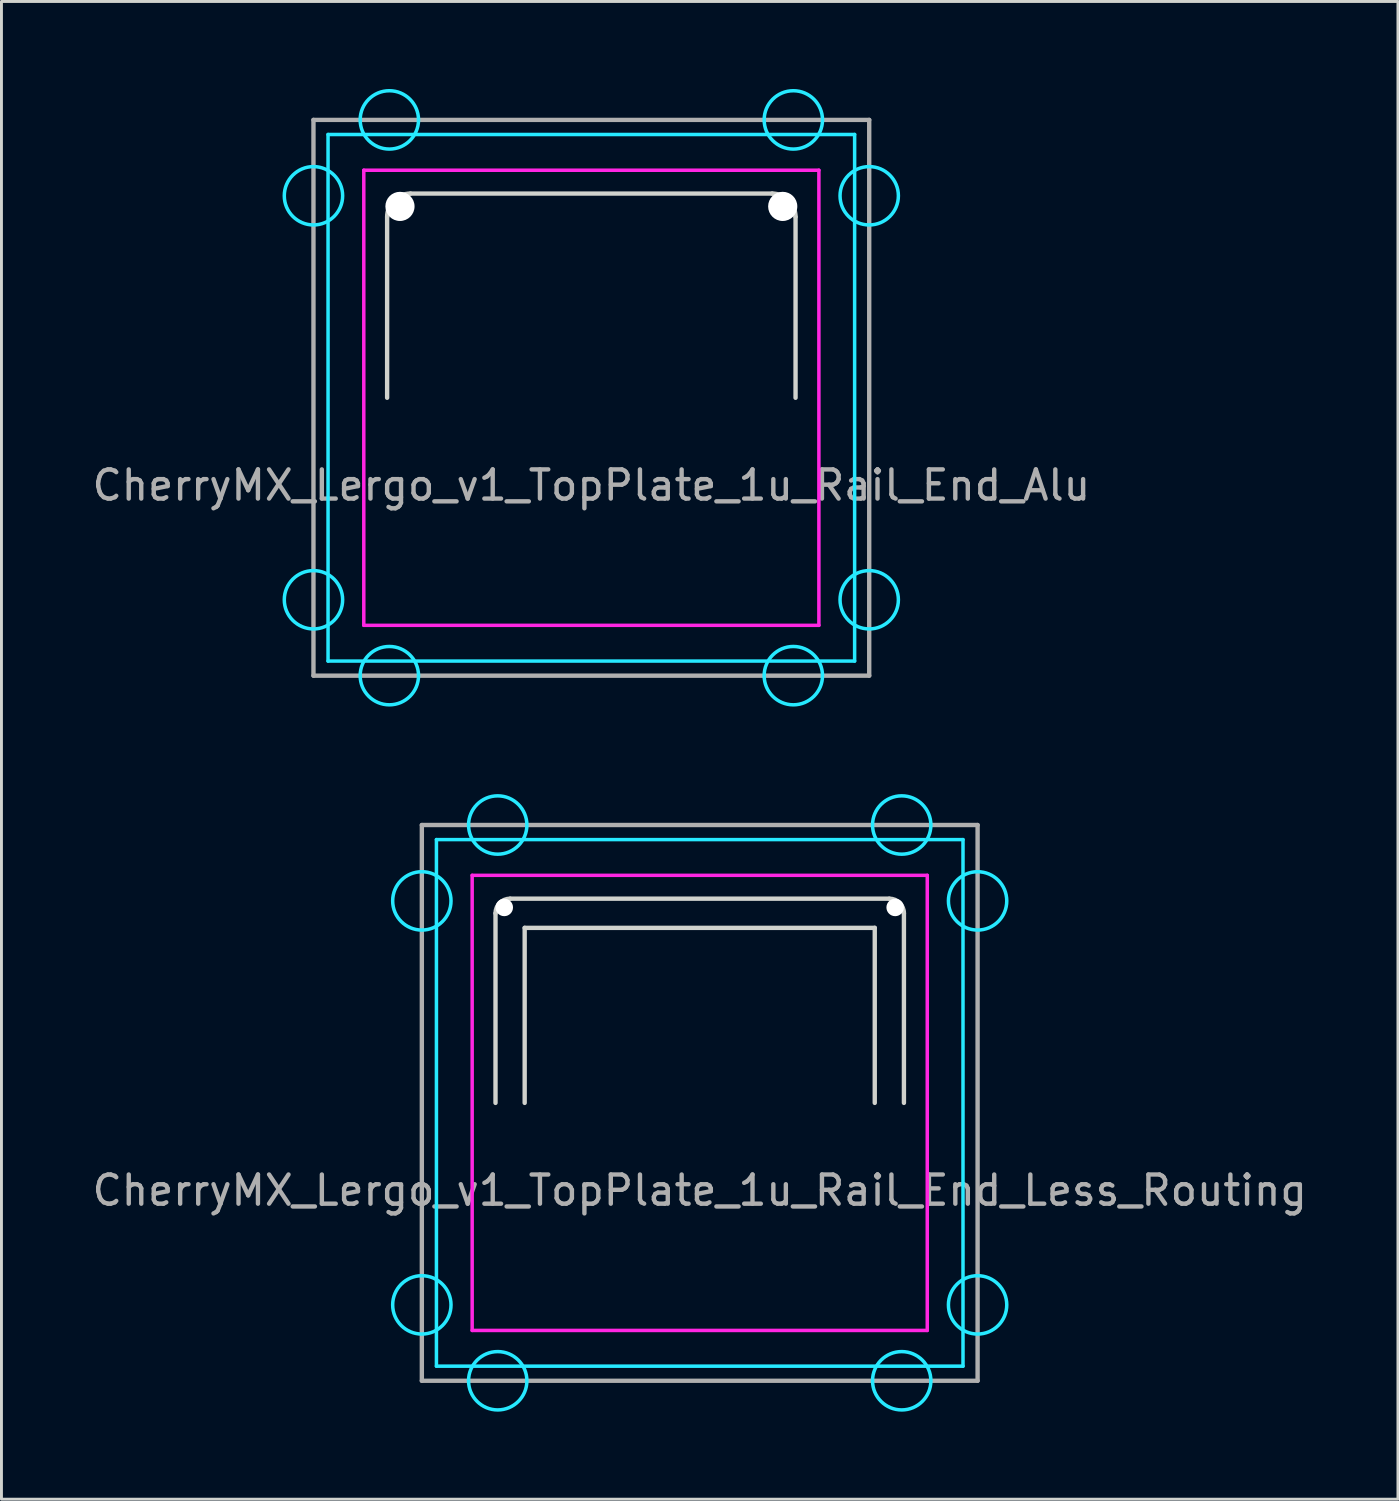
<source format=kicad_pcb>
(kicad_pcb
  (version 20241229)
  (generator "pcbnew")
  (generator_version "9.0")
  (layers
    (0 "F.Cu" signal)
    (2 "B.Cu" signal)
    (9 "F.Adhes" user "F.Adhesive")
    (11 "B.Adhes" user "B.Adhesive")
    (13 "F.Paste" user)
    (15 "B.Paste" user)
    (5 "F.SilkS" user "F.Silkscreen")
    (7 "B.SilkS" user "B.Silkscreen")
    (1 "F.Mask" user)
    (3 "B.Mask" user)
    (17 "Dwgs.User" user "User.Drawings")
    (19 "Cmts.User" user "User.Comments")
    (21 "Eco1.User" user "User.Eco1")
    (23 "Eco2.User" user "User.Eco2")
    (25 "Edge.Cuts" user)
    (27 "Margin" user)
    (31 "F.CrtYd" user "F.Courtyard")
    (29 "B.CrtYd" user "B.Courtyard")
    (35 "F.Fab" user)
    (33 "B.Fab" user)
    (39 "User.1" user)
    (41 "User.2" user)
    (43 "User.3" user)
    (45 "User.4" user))
  (footprint "CherryMX_Lergo_v1_TopPlate_1u_Rail_End_Less_Routing"
    (layer "F.Cu")
    (at 20.935 34.755)
    (property "Reference" "CherryMX_Lergo_v1_TopPlate_1u_Rail_End_Less_Routing" (at 0 3 0) (layer "F.Fab") (effects (font (size 1 1) (thickness 0.15))))
    (attr through_hole)
    (fp_line (start -7 -7) (end 7 -7) (stroke (width 0.05) (type solid)) (layer "Eco2.User"))
    (fp_line (start -7 7) (end -7 -7) (stroke (width 0.05) (type solid)) (layer "Eco2.User"))
    (fp_line (start 0 7) (end 0 7.5) (stroke (width 0.05) (type solid)) (layer "Eco2.User"))
    (fp_line (start 7 -7) (end 7 7) (stroke (width 0.05) (type solid)) (layer "Eco2.User"))
    (fp_line (start 7 7) (end -7 7) (stroke (width 0.05) (type solid)) (layer "Eco2.User"))
    (fp_circle (center -6.7 -6.7) (end -6.4 -6.7) (stroke (width 0.05) (type solid)) (fill no) (layer "Eco2.User"))
    (fp_circle (center -6.7 6.7) (end -6.4 6.7) (stroke (width 0.05) (type solid)) (fill no) (layer "Eco2.User"))
    (fp_circle (center 6.7 -6.7) (end 7 -6.7) (stroke (width 0.05) (type solid)) (fill no) (layer "Eco2.User"))
    (fp_circle (center 6.7 6.7) (end 7 6.7) (stroke (width 0.05) (type solid)) (fill no) (layer "Eco2.User"))
    (fp_line (start -7 -6.5) (end -7 0) (stroke (width 0.15) (type solid)) (layer "Edge.Cuts"))
    (fp_line (start -6 -6) (end -6 0) (stroke (width 0.15) (type solid)) (layer "Edge.Cuts"))
    (fp_line (start 6 -6) (end -6 -6) (stroke (width 0.15) (type solid)) (layer "Edge.Cuts"))
    (fp_line (start 6 0) (end 6 -6) (stroke (width 0.15) (type solid)) (layer "Edge.Cuts"))
    (fp_line (start 6.5 -7) (end -6.5 -7) (stroke (width 0.15) (type solid)) (layer "Edge.Cuts"))
    (fp_line (start 7 0) (end 7 -6.5) (stroke (width 0.15) (type solid)) (layer "Edge.Cuts"))
    (fp_arc (start -7 -6.5) (mid -6.853553 -6.853553) (end -6.5 -7) (stroke (width 0.15) (type solid)) (layer "Edge.Cuts"))
    (fp_arc (start 6.5 -7) (mid 6.853553 -6.853553) (end 7 -6.5) (stroke (width 0.15) (type solid)) (layer "Edge.Cuts"))
    (fp_line (start -9.025 -9.025) (end 9.025 -9.025) (stroke (width 0.12) (type solid)) (layer "B.CrtYd"))
    (fp_line (start -9.025 9.025) (end -9.025 -9.025) (stroke (width 0.12) (type solid)) (layer "B.CrtYd"))
    (fp_line (start 9.025 -9.025) (end 9.025 9.025) (stroke (width 0.12) (type solid)) (layer "B.CrtYd"))
    (fp_line (start 9.025 9.025) (end -9.025 9.025) (stroke (width 0.12) (type solid)) (layer "B.CrtYd"))
    (fp_circle (center -9.525 -6.924) (end -9.525 -7.924) (stroke (width 0.12) (type solid)) (fill no) (layer "B.CrtYd"))
    (fp_circle (center -9.525 6.924) (end -9.525 5.924) (stroke (width 0.12) (type solid)) (fill no) (layer "B.CrtYd"))
    (fp_circle (center -6.924 -9.525) (end -5.924 -9.525) (stroke (width 0.12) (type solid)) (fill no) (layer "B.CrtYd"))
    (fp_circle (center -6.924 9.525) (end -5.924 9.525) (stroke (width 0.12) (type solid)) (fill no) (layer "B.CrtYd"))
    (fp_circle (center 6.924 -9.525) (end 7.924 -9.525) (stroke (width 0.12) (type solid)) (fill no) (layer "B.CrtYd"))
    (fp_circle (center 6.924 9.525) (end 7.924 9.525) (stroke (width 0.12) (type solid)) (fill no) (layer "B.CrtYd"))
    (fp_circle (center 9.525 -6.924) (end 9.525 -7.924) (stroke (width 0.12) (type solid)) (fill no) (layer "B.CrtYd"))
    (fp_circle (center 9.525 6.924) (end 9.525 5.924) (stroke (width 0.12) (type solid)) (fill no) (layer "B.CrtYd"))
    (fp_line (start -7.8 -7.8) (end 7.8 -7.8) (stroke (width 0.12) (type solid)) (layer "F.CrtYd"))
    (fp_line (start -7.8 7.8) (end -7.8 -7.8) (stroke (width 0.12) (type solid)) (layer "F.CrtYd"))
    (fp_line (start 7.8 -7.8) (end 7.8 7.8) (stroke (width 0.12) (type solid)) (layer "F.CrtYd"))
    (fp_line (start 7.8 7.8) (end -7.8 7.8) (stroke (width 0.12) (type solid)) (layer "F.CrtYd"))
    (fp_line (start -9.525 -9.525) (end -9.525 9.525) (stroke (width 0.15) (type solid)) (layer "F.Fab"))
    (fp_line (start -9.525 9.525) (end 9.525 9.525) (stroke (width 0.15) (type solid)) (layer "F.Fab"))
    (fp_line (start 9.525 -9.525) (end -9.525 -9.525) (stroke (width 0.15) (type solid)) (layer "F.Fab"))
    (fp_line (start 9.525 9.525) (end 9.525 -9.525) (stroke (width 0.15) (type solid)) (layer "F.Fab"))
    (pad "" np_thru_hole circle (at -6.7 -6.7) (size 0.6 0.6) (drill 0.6) (layers "*.Cu"))
    (pad "" np_thru_hole circle (at 6.7 -6.7) (size 0.6 0.6) (drill 0.6) (layers "*.Cu")))
  (footprint "CherryMX_Lergo_v1_TopPlate_1u_Rail_End_Alu"
    (layer "F.Cu")
    (at 17.22 10.585)
    (property "Reference" "CherryMX_Lergo_v1_TopPlate_1u_Rail_End_Alu" (at 0 3 0) (layer "F.Fab") (effects (font (size 1 1) (thickness 0.15))))
    (attr through_hole)
    (fp_line (start -7 -7) (end 7 -7) (stroke (width 0.05) (type solid)) (layer "Eco2.User"))
    (fp_line (start -7 7) (end -7 -7) (stroke (width 0.05) (type solid)) (layer "Eco2.User"))
    (fp_line (start 0 7) (end 0 7.5) (stroke (width 0.05) (type solid)) (layer "Eco2.User"))
    (fp_line (start 7 -7) (end 7 7) (stroke (width 0.05) (type solid)) (layer "Eco2.User"))
    (fp_line (start 7 7) (end -7 7) (stroke (width 0.05) (type solid)) (layer "Eco2.User"))
    (fp_circle (center -6.7 -6.7) (end -6.4 -6.7) (stroke (width 0.05) (type solid)) (fill no) (layer "Eco2.User"))
    (fp_circle (center -6.7 6.7) (end -6.4 6.7) (stroke (width 0.05) (type solid)) (fill no) (layer "Eco2.User"))
    (fp_circle (center 6.7 -6.7) (end 7 -6.7) (stroke (width 0.05) (type solid)) (fill no) (layer "Eco2.User"))
    (fp_circle (center 6.7 6.7) (end 7 6.7) (stroke (width 0.05) (type solid)) (fill no) (layer "Eco2.User"))
    (fp_line (start -7 -6.2) (end -7 0) (stroke (width 0.15) (type solid)) (layer "Edge.Cuts"))
    (fp_line (start 6.2 -7) (end -6.2 -7) (stroke (width 0.15) (type solid)) (layer "Edge.Cuts"))
    (fp_line (start 7 0) (end 7 -6.2) (stroke (width 0.15) (type solid)) (layer "Edge.Cuts"))
    (fp_arc (start -7 -6.2) (mid -6.765685 -6.765685) (end -6.2 -7) (stroke (width 0.15) (type solid)) (layer "Edge.Cuts"))
    (fp_arc (start 6.2 -7) (mid 6.765685 -6.765685) (end 7 -6.2) (stroke (width 0.15) (type solid)) (layer "Edge.Cuts"))
    (fp_line (start -9.025 -9.025) (end 9.025 -9.025) (stroke (width 0.12) (type solid)) (layer "B.CrtYd"))
    (fp_line (start -9.025 9.025) (end -9.025 -9.025) (stroke (width 0.12) (type solid)) (layer "B.CrtYd"))
    (fp_line (start 9.025 -9.025) (end 9.025 9.025) (stroke (width 0.12) (type solid)) (layer "B.CrtYd"))
    (fp_line (start 9.025 9.025) (end -9.025 9.025) (stroke (width 0.12) (type solid)) (layer "B.CrtYd"))
    (fp_circle (center -9.525 -6.924) (end -9.525 -7.924) (stroke (width 0.12) (type solid)) (fill no) (layer "B.CrtYd"))
    (fp_circle (center -9.525 6.924) (end -9.525 5.924) (stroke (width 0.12) (type solid)) (fill no) (layer "B.CrtYd"))
    (fp_circle (center -6.924 -9.525) (end -5.924 -9.525) (stroke (width 0.12) (type solid)) (fill no) (layer "B.CrtYd"))
    (fp_circle (center -6.924 9.525) (end -5.924 9.525) (stroke (width 0.12) (type solid)) (fill no) (layer "B.CrtYd"))
    (fp_circle (center 6.924 -9.525) (end 7.924 -9.525) (stroke (width 0.12) (type solid)) (fill no) (layer "B.CrtYd"))
    (fp_circle (center 6.924 9.525) (end 7.924 9.525) (stroke (width 0.12) (type solid)) (fill no) (layer "B.CrtYd"))
    (fp_circle (center 9.525 -6.924) (end 9.525 -7.924) (stroke (width 0.12) (type solid)) (fill no) (layer "B.CrtYd"))
    (fp_circle (center 9.525 6.924) (end 9.525 5.924) (stroke (width 0.12) (type solid)) (fill no) (layer "B.CrtYd"))
    (fp_line (start -7.8 -7.8) (end 7.8 -7.8) (stroke (width 0.12) (type solid)) (layer "F.CrtYd"))
    (fp_line (start -7.8 7.8) (end -7.8 -7.8) (stroke (width 0.12) (type solid)) (layer "F.CrtYd"))
    (fp_line (start 7.8 -7.8) (end 7.8 7.8) (stroke (width 0.12) (type solid)) (layer "F.CrtYd"))
    (fp_line (start 7.8 7.8) (end -7.8 7.8) (stroke (width 0.12) (type solid)) (layer "F.CrtYd"))
    (fp_line (start -9.525 -9.525) (end -9.525 9.525) (stroke (width 0.15) (type solid)) (layer "F.Fab"))
    (fp_line (start -9.525 9.525) (end 9.525 9.525) (stroke (width 0.15) (type solid)) (layer "F.Fab"))
    (fp_line (start 9.525 -9.525) (end -9.525 -9.525) (stroke (width 0.15) (type solid)) (layer "F.Fab"))
    (fp_line (start 9.525 9.525) (end 9.525 -9.525) (stroke (width 0.15) (type solid)) (layer "F.Fab"))
    (pad "" np_thru_hole circle (at -6.56 -6.56) (size 1 1) (drill 1) (layers "*.Cu"))
    (pad "" np_thru_hole circle (at 6.56 -6.56) (size 1 1) (drill 1) (layers "*.Cu")))
  (gr_rect
    (start -3 -3)
    (end 44.869 48.34)
    (stroke (width 0.1) (type default))
    (fill no)
    (layer "Edge.Cuts")))
</source>
